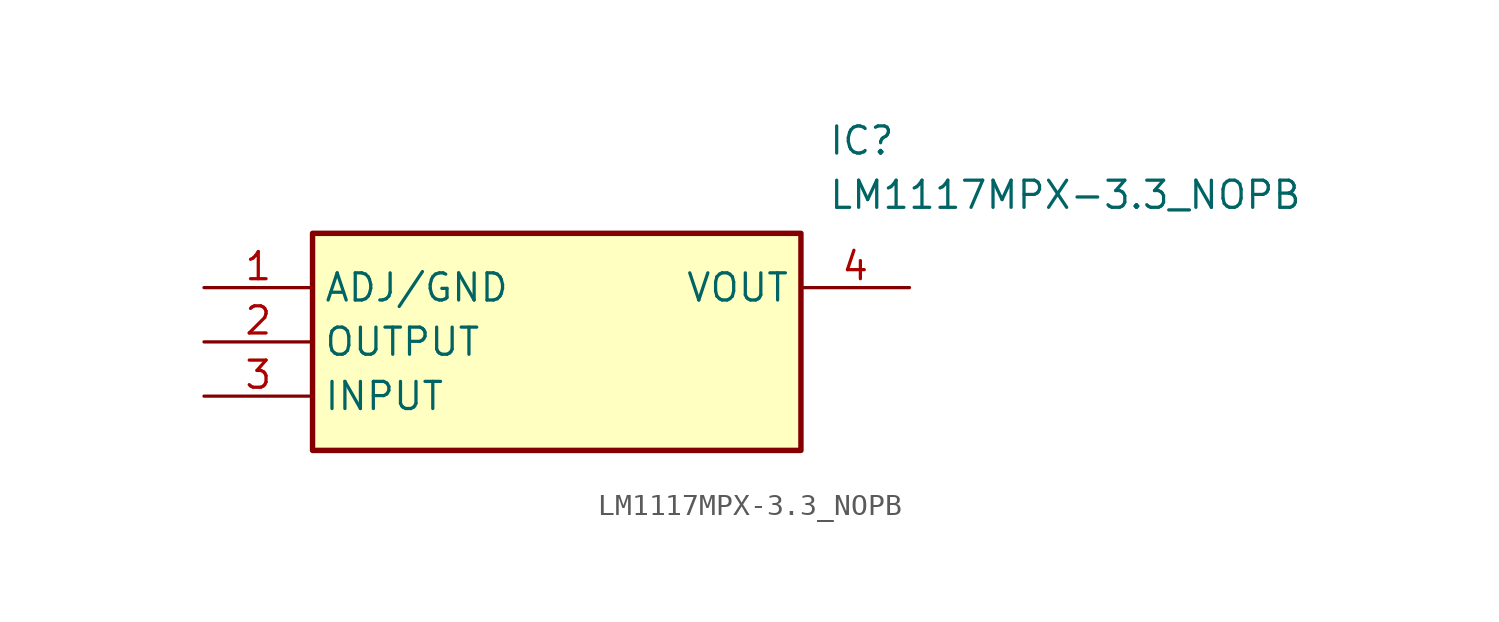
<source format=kicad_sym>
(kicad_symbol_lib
  (version 20211014)
  (generator SamacSys_ECAD_Model)
  (symbol "LM1117MPX-3.3_NOPB"
    (property "Reference" "IC"
      (at 29.21 7.62 0)
      (effects (font (size 1.27 1.27)) (justify left top)))
    (property "Value" "LM1117MPX-3.3_NOPB"
      (at 29.21 5.08 0)
      (effects (font (size 1.27 1.27)) (justify left top)))
    (rectangle
      (start 5.08 2.54)
      (end 27.94 -7.62)
      (stroke (width 0.254) (type default))
      (fill (type background)))
    (pin passive line
      (at 0 0 0)
      (length 5.08)
      (name "ADJ/GND" (effects (font (size 1.27 1.27))))
      (number "1" (effects (font (size 1.27 1.27)))))
    (pin passive line
      (at 0 -2.54 0)
      (length 5.08)
      (name "OUTPUT" (effects (font (size 1.27 1.27))))
      (number "2" (effects (font (size 1.27 1.27)))))
    (pin passive line
      (at 0 -5.08 0)
      (length 5.08)
      (name "INPUT" (effects (font (size 1.27 1.27))))
      (number "3" (effects (font (size 1.27 1.27)))))
    (pin passive line
      (at 33.02 0 180)
      (length 5.08)
      (name "VOUT" (effects (font (size 1.27 1.27))))
      (number "4" (effects (font (size 1.27 1.27)))))))
</source>
